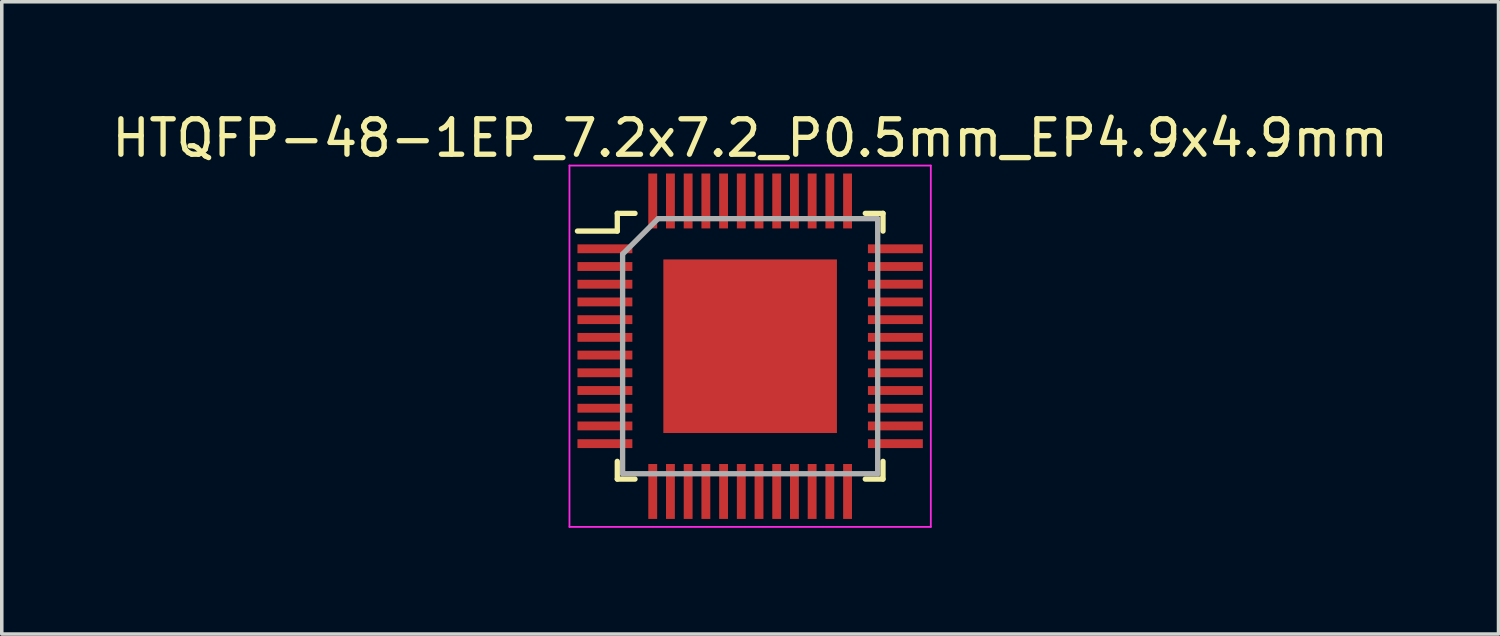
<source format=kicad_pcb>
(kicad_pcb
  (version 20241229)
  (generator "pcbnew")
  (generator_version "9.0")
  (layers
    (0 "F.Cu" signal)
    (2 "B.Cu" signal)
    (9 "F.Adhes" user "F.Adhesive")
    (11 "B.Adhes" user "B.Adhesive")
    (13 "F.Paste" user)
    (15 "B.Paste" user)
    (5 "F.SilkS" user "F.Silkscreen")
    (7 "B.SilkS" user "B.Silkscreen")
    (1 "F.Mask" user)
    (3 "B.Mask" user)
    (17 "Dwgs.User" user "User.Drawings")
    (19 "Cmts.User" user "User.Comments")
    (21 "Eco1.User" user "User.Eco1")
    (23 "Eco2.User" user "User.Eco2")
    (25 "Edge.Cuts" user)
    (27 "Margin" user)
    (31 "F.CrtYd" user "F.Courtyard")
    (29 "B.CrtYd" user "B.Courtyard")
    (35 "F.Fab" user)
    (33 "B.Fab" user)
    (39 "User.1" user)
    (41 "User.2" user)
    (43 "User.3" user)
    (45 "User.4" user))
  (footprint "HTQFP-48-1EP_7.2x7.2_P0.5mm_EP4.9x4.9mm"
    (layer "F.Cu")
    (at 18.125 6.723)
    (property "Reference" "HTQFP-48-1EP_7.2x7.2_P0.5mm_EP4.9x4.9mm" (at 0 -5.875 0) (layer "F.SilkS") (effects (font (size 1 1) (thickness 0.15))))
    (attr smd)
    (fp_line (start -3.75 -3.75) (end -3.75 -3.25) (stroke (width 0.15) (type solid)) (layer "F.SilkS"))
    (fp_line (start -3.75 -3.25) (end -4.875 -3.25) (stroke (width 0.15) (type solid)) (layer "F.SilkS"))
    (fp_line (start -3.75 3.75) (end -3.75 3.25) (stroke (width 0.15) (type solid)) (layer "F.SilkS"))
    (fp_line (start -3.25 -3.75) (end -3.75 -3.75) (stroke (width 0.15) (type solid)) (layer "F.SilkS"))
    (fp_line (start -3.25 3.75) (end -3.75 3.75) (stroke (width 0.15) (type solid)) (layer "F.SilkS"))
    (fp_line (start 3.25 -3.75) (end 3.75 -3.75) (stroke (width 0.15) (type solid)) (layer "F.SilkS"))
    (fp_line (start 3.25 3.75) (end 3.75 3.75) (stroke (width 0.15) (type solid)) (layer "F.SilkS"))
    (fp_line (start 3.75 -3.75) (end 3.75 -3.25) (stroke (width 0.15) (type solid)) (layer "F.SilkS"))
    (fp_line (start 3.75 3.75) (end 3.75 3.25) (stroke (width 0.15) (type solid)) (layer "F.SilkS"))
    (fp_line (start -5.1 -5.1) (end 5.1 -5.1) (stroke (width 0.05) (type solid)) (layer "F.CrtYd"))
    (fp_line (start -5.1 5.1) (end -5.1 -5.1) (stroke (width 0.05) (type solid)) (layer "F.CrtYd"))
    (fp_line (start 5.1 -5.1) (end 5.1 5.1) (stroke (width 0.05) (type solid)) (layer "F.CrtYd"))
    (fp_line (start 5.1 5.1) (end -5.1 5.1) (stroke (width 0.05) (type solid)) (layer "F.CrtYd"))
    (fp_line (start -3.6 -2.6) (end -3.6 3.6) (stroke (width 0.15) (type solid)) (layer "F.Fab"))
    (fp_line (start -3.6 3.6) (end 3.6 3.6) (stroke (width 0.15) (type solid)) (layer "F.Fab"))
    (fp_line (start -2.6 -3.6) (end -3.6 -2.6) (stroke (width 0.15) (type solid)) (layer "F.Fab"))
    (fp_line (start 3.6 -3.6) (end -2.6 -3.6) (stroke (width 0.15) (type solid)) (layer "F.Fab"))
    (fp_line (start 3.6 3.6) (end 3.6 -3.6) (stroke (width 0.15) (type solid)) (layer "F.Fab"))
    (pad "1" smd rect (at -4.1 -2.75 90) (size 0.25 1.55) (layers "F.Cu" "F.Mask" "F.Paste"))
    (pad "2" smd rect (at -4.1 -2.25 90) (size 0.25 1.55) (layers "F.Cu" "F.Mask" "F.Paste"))
    (pad "3" smd rect (at -4.1 -1.75 90) (size 0.25 1.55) (layers "F.Cu" "F.Mask" "F.Paste"))
    (pad "4" smd rect (at -4.1 -1.25 90) (size 0.25 1.55) (layers "F.Cu" "F.Mask" "F.Paste"))
    (pad "5" smd rect (at -4.1 -0.75 90) (size 0.25 1.55) (layers "F.Cu" "F.Mask" "F.Paste"))
    (pad "6" smd rect (at -4.1 -0.25 90) (size 0.25 1.55) (layers "F.Cu" "F.Mask" "F.Paste"))
    (pad "7" smd rect (at -4.1 0.25 90) (size 0.25 1.55) (layers "F.Cu" "F.Mask" "F.Paste"))
    (pad "8" smd rect (at -4.1 0.75 90) (size 0.25 1.55) (layers "F.Cu" "F.Mask" "F.Paste"))
    (pad "9" smd rect (at -4.1 1.25 90) (size 0.25 1.55) (layers "F.Cu" "F.Mask" "F.Paste"))
    (pad "10" smd rect (at -4.1 1.75 90) (size 0.25 1.55) (layers "F.Cu" "F.Mask" "F.Paste"))
    (pad "11" smd rect (at -4.1 2.25 90) (size 0.25 1.55) (layers "F.Cu" "F.Mask" "F.Paste"))
    (pad "12" smd rect (at -4.1 2.75 90) (size 0.25 1.55) (layers "F.Cu" "F.Mask" "F.Paste"))
    (pad "13" smd rect (at -2.75 4.1) (size 0.25 1.55) (layers "F.Cu" "F.Mask" "F.Paste"))
    (pad "14" smd rect (at -2.25 4.1) (size 0.25 1.55) (layers "F.Cu" "F.Mask" "F.Paste"))
    (pad "15" smd rect (at -1.75 4.1) (size 0.25 1.55) (layers "F.Cu" "F.Mask" "F.Paste"))
    (pad "16" smd rect (at -1.25 4.1) (size 0.25 1.55) (layers "F.Cu" "F.Mask" "F.Paste"))
    (pad "17" smd rect (at -0.75 4.1) (size 0.25 1.55) (layers "F.Cu" "F.Mask" "F.Paste"))
    (pad "18" smd rect (at -0.25 4.1) (size 0.25 1.55) (layers "F.Cu" "F.Mask" "F.Paste"))
    (pad "19" smd rect (at 0.25 4.1) (size 0.25 1.55) (layers "F.Cu" "F.Mask" "F.Paste"))
    (pad "20" smd rect (at 0.75 4.1) (size 0.25 1.55) (layers "F.Cu" "F.Mask" "F.Paste"))
    (pad "21" smd rect (at 1.25 4.1) (size 0.25 1.55) (layers "F.Cu" "F.Mask" "F.Paste"))
    (pad "22" smd rect (at 1.75 4.1) (size 0.25 1.55) (layers "F.Cu" "F.Mask" "F.Paste"))
    (pad "23" smd rect (at 2.25 4.1) (size 0.25 1.55) (layers "F.Cu" "F.Mask" "F.Paste"))
    (pad "24" smd rect (at 2.75 4.1) (size 0.25 1.55) (layers "F.Cu" "F.Mask" "F.Paste"))
    (pad "25" smd rect (at 4.1 2.75 90) (size 0.25 1.55) (layers "F.Cu" "F.Mask" "F.Paste"))
    (pad "26" smd rect (at 4.1 2.25 90) (size 0.25 1.55) (layers "F.Cu" "F.Mask" "F.Paste"))
    (pad "27" smd rect (at 4.1 1.75 90) (size 0.25 1.55) (layers "F.Cu" "F.Mask" "F.Paste"))
    (pad "28" smd rect (at 4.1 1.25 90) (size 0.25 1.55) (layers "F.Cu" "F.Mask" "F.Paste"))
    (pad "29" smd rect (at 4.1 0.75 90) (size 0.25 1.55) (layers "F.Cu" "F.Mask" "F.Paste"))
    (pad "30" smd rect (at 4.1 0.25 90) (size 0.25 1.55) (layers "F.Cu" "F.Mask" "F.Paste"))
    (pad "31" smd rect (at 4.1 -0.25 90) (size 0.25 1.55) (layers "F.Cu" "F.Mask" "F.Paste"))
    (pad "32" smd rect (at 4.1 -0.75 90) (size 0.25 1.55) (layers "F.Cu" "F.Mask" "F.Paste"))
    (pad "33" smd rect (at 4.1 -1.25 90) (size 0.25 1.55) (layers "F.Cu" "F.Mask" "F.Paste"))
    (pad "34" smd rect (at 4.1 -1.75 90) (size 0.25 1.55) (layers "F.Cu" "F.Mask" "F.Paste"))
    (pad "35" smd rect (at 4.1 -2.25 90) (size 0.25 1.55) (layers "F.Cu" "F.Mask" "F.Paste"))
    (pad "36" smd rect (at 4.1 -2.75 90) (size 0.25 1.55) (layers "F.Cu" "F.Mask" "F.Paste"))
    (pad "37" smd rect (at 2.75 -4.1) (size 0.25 1.55) (layers "F.Cu" "F.Mask" "F.Paste"))
    (pad "38" smd rect (at 2.25 -4.1) (size 0.25 1.55) (layers "F.Cu" "F.Mask" "F.Paste"))
    (pad "39" smd rect (at 1.75 -4.1) (size 0.25 1.55) (layers "F.Cu" "F.Mask" "F.Paste"))
    (pad "40" smd rect (at 1.25 -4.1) (size 0.25 1.55) (layers "F.Cu" "F.Mask" "F.Paste"))
    (pad "41" smd rect (at 0.75 -4.1) (size 0.25 1.55) (layers "F.Cu" "F.Mask" "F.Paste"))
    (pad "42" smd rect (at 0.25 -4.1) (size 0.25 1.55) (layers "F.Cu" "F.Mask" "F.Paste"))
    (pad "43" smd rect (at -0.25 -4.1) (size 0.25 1.55) (layers "F.Cu" "F.Mask" "F.Paste"))
    (pad "44" smd rect (at -0.75 -4.1) (size 0.25 1.55) (layers "F.Cu" "F.Mask" "F.Paste"))
    (pad "45" smd rect (at -1.25 -4.1) (size 0.25 1.55) (layers "F.Cu" "F.Mask" "F.Paste"))
    (pad "46" smd rect (at -1.75 -4.1) (size 0.25 1.55) (layers "F.Cu" "F.Mask" "F.Paste"))
    (pad "47" smd rect (at -2.25 -4.1) (size 0.25 1.55) (layers "F.Cu" "F.Mask" "F.Paste"))
    (pad "48" smd rect (at -2.75 -4.1) (size 0.25 1.55) (layers "F.Cu" "F.Mask" "F.Paste"))
    (pad "49" smd rect (at 0 0) (size 4.9 4.9) (layers "F.Cu" "F.Mask" "F.Paste")))
  (gr_rect
    (start -3 -3)
    (end 39.25 14.848)
    (stroke (width 0.1) (type default))
    (fill no)
    (layer "Edge.Cuts")))
</source>
